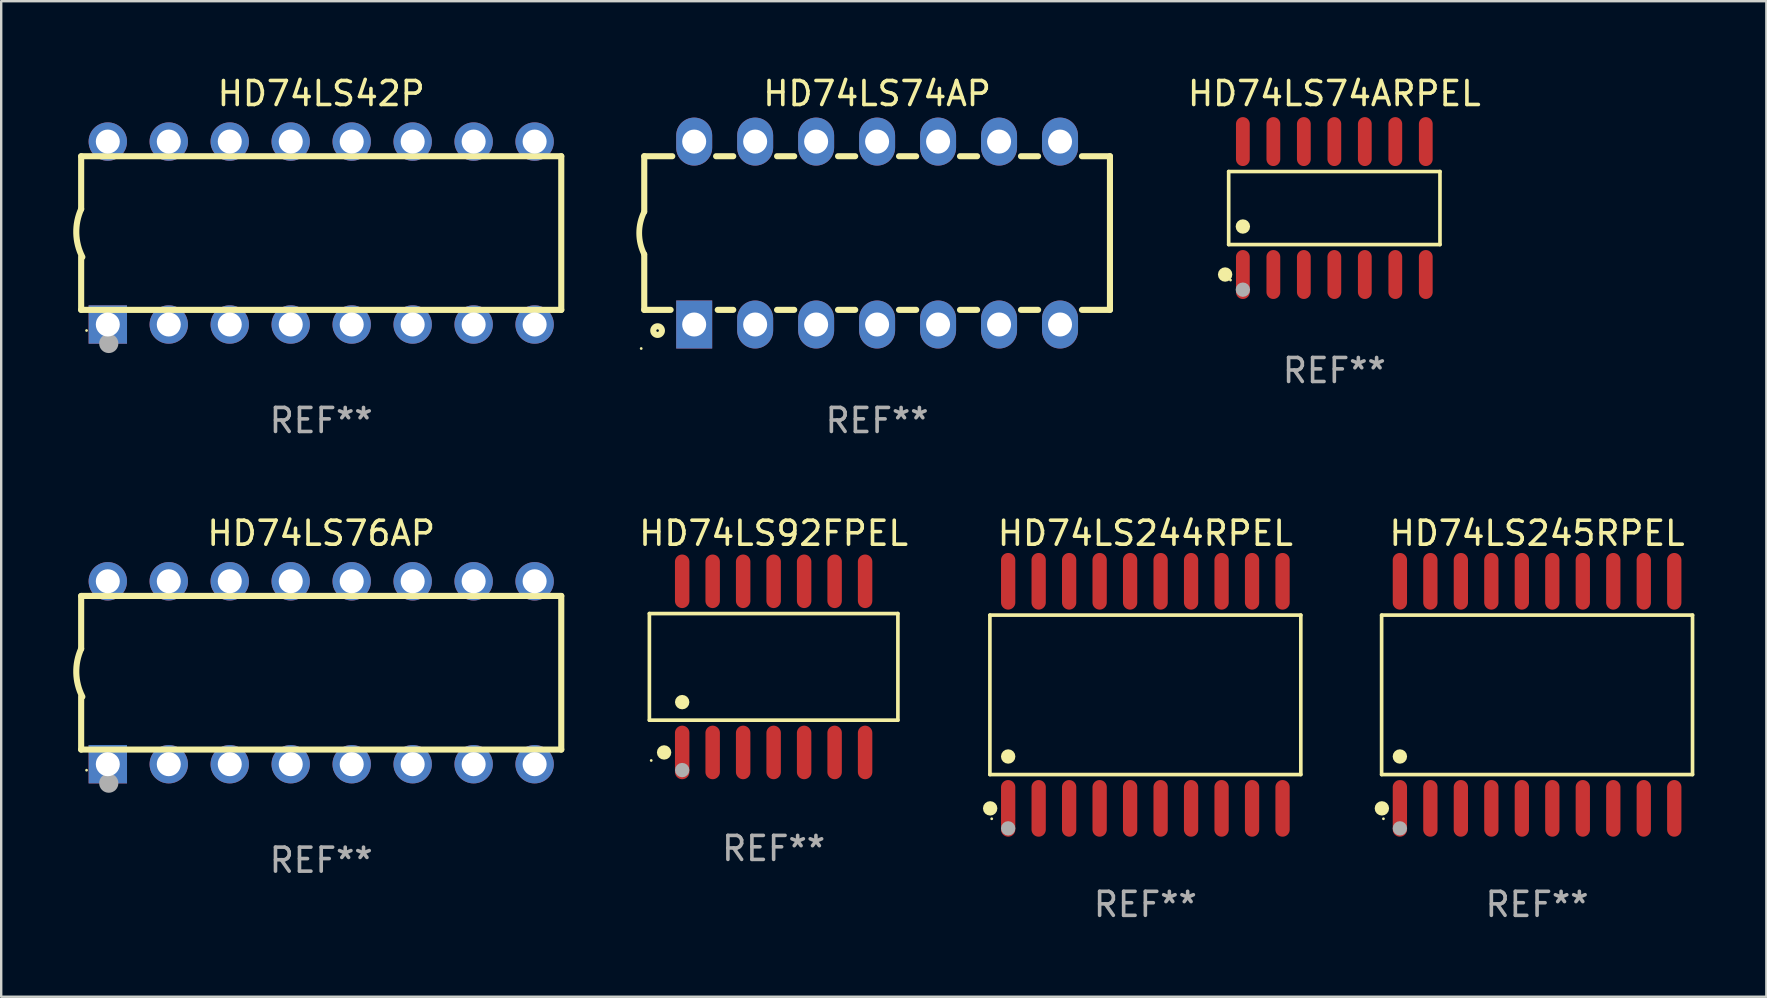
<source format=kicad_pcb>
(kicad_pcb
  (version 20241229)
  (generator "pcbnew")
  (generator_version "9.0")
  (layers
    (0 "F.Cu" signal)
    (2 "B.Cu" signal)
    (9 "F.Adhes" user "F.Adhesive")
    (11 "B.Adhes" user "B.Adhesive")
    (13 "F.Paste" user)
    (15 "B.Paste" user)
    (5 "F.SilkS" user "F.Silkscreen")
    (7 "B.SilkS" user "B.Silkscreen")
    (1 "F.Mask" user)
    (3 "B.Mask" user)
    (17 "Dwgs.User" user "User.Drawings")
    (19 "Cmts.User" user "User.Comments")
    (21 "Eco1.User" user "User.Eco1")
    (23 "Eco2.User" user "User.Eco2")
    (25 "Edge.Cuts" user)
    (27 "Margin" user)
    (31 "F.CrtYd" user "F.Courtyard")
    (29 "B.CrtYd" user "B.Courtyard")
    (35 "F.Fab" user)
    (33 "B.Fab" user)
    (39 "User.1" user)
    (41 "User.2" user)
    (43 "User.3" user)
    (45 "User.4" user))
  (footprint "HD74LS92FPEL"
    (layer "F.Cu")
    (at 29.178 24.73)
    (property "Reference" "HD74LS92FPEL" (at 0 -5.565 0) (layer "F.SilkS") (effects (font (size 1 1) (thickness 0.15))))
    (attr through_hole)
    (fp_line (start -5.176 -2.221) (end 5.176 -2.221) (stroke (width 0.152) (type solid)) (layer "F.SilkS"))
    (fp_line (start -5.176 2.221) (end -5.176 -2.221) (stroke (width 0.152) (type solid)) (layer "F.SilkS"))
    (fp_line (start 5.176 -2.221) (end 5.176 2.221) (stroke (width 0.152) (type solid)) (layer "F.SilkS"))
    (fp_line (start 5.176 2.221) (end -5.176 2.221) (stroke (width 0.152) (type solid)) (layer "F.SilkS"))
    (fp_circle (center -5.1 3.9) (end -5.07 3.9) (stroke (width 0.06) (type solid)) (fill no) (layer "F.SilkS"))
    (fp_circle (center -4.563 3.565) (end -4.413 3.565) (stroke (width 0.3) (type solid)) (fill no) (layer "F.SilkS"))
    (fp_circle (center -3.81 1.469) (end -3.66 1.469) (stroke (width 0.3) (type solid)) (fill no) (layer "F.SilkS"))
    (fp_circle (center -3.81 4.3) (end -3.66 4.3) (stroke (width 0.3) (type solid)) (fill no) (layer "F.Fab"))
    (fp_text user "REF**" (at 0 7.565 0) (layer "F.Fab") (effects (font (size 1 1) (thickness 0.15))))
    (pad "1" smd oval (at -3.81 3.565) (size 0.602 2.231) (layers "F.Cu" "F.Mask" "F.Paste"))
    (pad "2" smd oval (at -2.54 3.565) (size 0.602 2.231) (layers "F.Cu" "F.Mask" "F.Paste"))
    (pad "3" smd oval (at -1.27 3.565) (size 0.602 2.231) (layers "F.Cu" "F.Mask" "F.Paste"))
    (pad "4" smd oval (at 0 3.565) (size 0.602 2.231) (layers "F.Cu" "F.Mask" "F.Paste"))
    (pad "5" smd oval (at 1.27 3.565) (size 0.602 2.231) (layers "F.Cu" "F.Mask" "F.Paste"))
    (pad "6" smd oval (at 2.54 3.565) (size 0.602 2.231) (layers "F.Cu" "F.Mask" "F.Paste"))
    (pad "7" smd oval (at 3.81 3.565) (size 0.602 2.231) (layers "F.Cu" "F.Mask" "F.Paste"))
    (pad "8" smd oval (at 3.81 -3.565) (size 0.602 2.231) (layers "F.Cu" "F.Mask" "F.Paste"))
    (pad "9" smd oval (at 2.54 -3.565) (size 0.602 2.231) (layers "F.Cu" "F.Mask" "F.Paste"))
    (pad "10" smd oval (at 1.27 -3.565) (size 0.602 2.231) (layers "F.Cu" "F.Mask" "F.Paste"))
    (pad "11" smd oval (at 0 -3.565) (size 0.602 2.231) (layers "F.Cu" "F.Mask" "F.Paste"))
    (pad "12" smd oval (at -1.27 -3.565) (size 0.602 2.231) (layers "F.Cu" "F.Mask" "F.Paste"))
    (pad "13" smd oval (at -2.54 -3.565) (size 0.602 2.231) (layers "F.Cu" "F.Mask" "F.Paste"))
    (pad "14" smd oval (at -3.81 -3.565) (size 0.602 2.231) (layers "F.Cu" "F.Mask" "F.Paste")))
  (footprint "HD74LS42P"
    (layer "F.Cu")
    (at 10.331 6.658)
    (property "Reference" "HD74LS42P" (at 0 -5.81 0) (layer "F.SilkS") (effects (font (size 1 1) (thickness 0.15))))
    (attr through_hole)
    (fp_line (start -10 -0.998) (end -10 -3.198) (stroke (width 0.254) (type solid)) (layer "F.SilkS"))
    (fp_line (start -10 3.2) (end -10 1) (stroke (width 0.254) (type solid)) (layer "F.SilkS"))
    (fp_line (start 10 -3.2) (end -10 -3.2) (stroke (width 0.254) (type solid)) (layer "F.SilkS"))
    (fp_line (start 10 3.2) (end -10 3.2) (stroke (width 0.254) (type solid)) (layer "F.SilkS"))
    (fp_line (start 10 3.2) (end 10 -3.2) (stroke (width 0.254) (type solid)) (layer "F.SilkS"))
    (fp_arc (start -9.949975 0.999974) (mid -10.203153 0.005693) (end -9.999987 -1) (stroke (width 0.254001) (type solid)) (layer "F.SilkS"))
    (fp_circle (center -9.775 4.06) (end -9.745 4.06) (stroke (width 0.06) (type solid)) (fill no) (layer "F.SilkS"))
    (fp_circle (center -8.85 4.6) (end -8.65 4.6) (stroke (width 0.4) (type solid)) (fill no) (layer "F.Fab"))
    (fp_text user "REF**" (at 0 7.81 0) (layer "F.Fab") (effects (font (size 1 1) (thickness 0.15))))
    (pad "1" thru_hole rect (at -8.89 3.81 90) (size 1.6 1.6) (drill 1) (layers "*.Cu" "*.Mask"))
    (pad "2" thru_hole circle (at -6.35 3.81) (size 1.6 1.6) (drill 1) (layers "*.Cu" "*.Mask"))
    (pad "3" thru_hole circle (at -3.81 3.81) (size 1.6 1.6) (drill 1) (layers "*.Cu" "*.Mask"))
    (pad "4" thru_hole circle (at -1.27 3.81) (size 1.6 1.6) (drill 1) (layers "*.Cu" "*.Mask"))
    (pad "5" thru_hole circle (at 1.27 3.81) (size 1.6 1.6) (drill 1) (layers "*.Cu" "*.Mask"))
    (pad "6" thru_hole circle (at 3.81 3.81) (size 1.6 1.6) (drill 1) (layers "*.Cu" "*.Mask"))
    (pad "7" thru_hole circle (at 6.35 3.81) (size 1.6 1.6) (drill 1) (layers "*.Cu" "*.Mask"))
    (pad "8" thru_hole circle (at 8.89 3.81) (size 1.6 1.6) (drill 1) (layers "*.Cu" "*.Mask"))
    (pad "9" thru_hole circle (at 8.89 -3.81) (size 1.6 1.6) (drill 1) (layers "*.Cu" "*.Mask"))
    (pad "10" thru_hole circle (at 6.35 -3.81) (size 1.6 1.6) (drill 1) (layers "*.Cu" "*.Mask"))
    (pad "11" thru_hole circle (at 3.81 -3.81) (size 1.6 1.6) (drill 1) (layers "*.Cu" "*.Mask"))
    (pad "12" thru_hole circle (at 1.27 -3.81) (size 1.6 1.6) (drill 1) (layers "*.Cu" "*.Mask"))
    (pad "13" thru_hole circle (at -1.27 -3.81) (size 1.6 1.6) (drill 1) (layers "*.Cu" "*.Mask"))
    (pad "14" thru_hole circle (at -3.81 -3.81) (size 1.6 1.6) (drill 1) (layers "*.Cu" "*.Mask"))
    (pad "15" thru_hole circle (at -6.35 -3.81) (size 1.6 1.6) (drill 1) (layers "*.Cu" "*.Mask"))
    (pad "16" thru_hole circle (at -8.89 -3.81) (size 1.6 1.6) (drill 1) (layers "*.Cu" "*.Mask")))
  (footprint "HD74LS76AP"
    (layer "F.Cu")
    (at 10.331 24.975)
    (property "Reference" "HD74LS76AP" (at 0 -5.81 0) (layer "F.SilkS") (effects (font (size 1 1) (thickness 0.15))))
    (attr through_hole)
    (fp_line (start -10 -0.998) (end -10 -3.198) (stroke (width 0.254) (type solid)) (layer "F.SilkS"))
    (fp_line (start -10 3.2) (end -10 1) (stroke (width 0.254) (type solid)) (layer "F.SilkS"))
    (fp_line (start 10 -3.2) (end -10 -3.2) (stroke (width 0.254) (type solid)) (layer "F.SilkS"))
    (fp_line (start 10 3.2) (end -10 3.2) (stroke (width 0.254) (type solid)) (layer "F.SilkS"))
    (fp_line (start 10 3.2) (end 10 -3.2) (stroke (width 0.254) (type solid)) (layer "F.SilkS"))
    (fp_arc (start -9.949975 0.999974) (mid -10.203153 0.005693) (end -9.999987 -1) (stroke (width 0.254001) (type solid)) (layer "F.SilkS"))
    (fp_circle (center -9.775 4.06) (end -9.745 4.06) (stroke (width 0.06) (type solid)) (fill no) (layer "F.SilkS"))
    (fp_circle (center -8.85 4.6) (end -8.65 4.6) (stroke (width 0.4) (type solid)) (fill no) (layer "F.Fab"))
    (fp_text user "REF**" (at 0 7.81 0) (layer "F.Fab") (effects (font (size 1 1) (thickness 0.15))))
    (pad "1" thru_hole rect (at -8.89 3.81 90) (size 1.6 1.6) (drill 1) (layers "*.Cu" "*.Mask"))
    (pad "2" thru_hole circle (at -6.35 3.81) (size 1.6 1.6) (drill 1) (layers "*.Cu" "*.Mask"))
    (pad "3" thru_hole circle (at -3.81 3.81) (size 1.6 1.6) (drill 1) (layers "*.Cu" "*.Mask"))
    (pad "4" thru_hole circle (at -1.27 3.81) (size 1.6 1.6) (drill 1) (layers "*.Cu" "*.Mask"))
    (pad "5" thru_hole circle (at 1.27 3.81) (size 1.6 1.6) (drill 1) (layers "*.Cu" "*.Mask"))
    (pad "6" thru_hole circle (at 3.81 3.81) (size 1.6 1.6) (drill 1) (layers "*.Cu" "*.Mask"))
    (pad "7" thru_hole circle (at 6.35 3.81) (size 1.6 1.6) (drill 1) (layers "*.Cu" "*.Mask"))
    (pad "8" thru_hole circle (at 8.89 3.81) (size 1.6 1.6) (drill 1) (layers "*.Cu" "*.Mask"))
    (pad "9" thru_hole circle (at 8.89 -3.81) (size 1.6 1.6) (drill 1) (layers "*.Cu" "*.Mask"))
    (pad "10" thru_hole circle (at 6.35 -3.81) (size 1.6 1.6) (drill 1) (layers "*.Cu" "*.Mask"))
    (pad "11" thru_hole circle (at 3.81 -3.81) (size 1.6 1.6) (drill 1) (layers "*.Cu" "*.Mask"))
    (pad "12" thru_hole circle (at 1.27 -3.81) (size 1.6 1.6) (drill 1) (layers "*.Cu" "*.Mask"))
    (pad "13" thru_hole circle (at -1.27 -3.81) (size 1.6 1.6) (drill 1) (layers "*.Cu" "*.Mask"))
    (pad "14" thru_hole circle (at -3.81 -3.81) (size 1.6 1.6) (drill 1) (layers "*.Cu" "*.Mask"))
    (pad "15" thru_hole circle (at -6.35 -3.81) (size 1.6 1.6) (drill 1) (layers "*.Cu" "*.Mask"))
    (pad "16" thru_hole circle (at -8.89 -3.81) (size 1.6 1.6) (drill 1) (layers "*.Cu" "*.Mask")))
  (footprint "HD74LS245RPEL"
    (layer "F.Cu")
    (at 60.981 25.895)
    (property "Reference" "HD74LS245RPEL" (at 0 -6.73 0) (layer "F.SilkS") (effects (font (size 1 1) (thickness 0.15))))
    (attr through_hole)
    (fp_line (start -6.476 -3.321) (end 6.476 -3.321) (stroke (width 0.152) (type solid)) (layer "F.SilkS"))
    (fp_line (start -6.476 3.321) (end -6.476 -3.321) (stroke (width 0.152) (type solid)) (layer "F.SilkS"))
    (fp_line (start 6.476 -3.321) (end 6.476 3.321) (stroke (width 0.152) (type solid)) (layer "F.SilkS"))
    (fp_line (start 6.476 3.321) (end -6.476 3.321) (stroke (width 0.152) (type solid)) (layer "F.SilkS"))
    (fp_circle (center -6.465 4.73) (end -6.315 4.73) (stroke (width 0.3) (type solid)) (fill no) (layer "F.SilkS"))
    (fp_circle (center -6.4 5.163) (end -6.37 5.163) (stroke (width 0.06) (type solid)) (fill no) (layer "F.SilkS"))
    (fp_circle (center -5.715 2.569) (end -5.565 2.569) (stroke (width 0.3) (type solid)) (fill no) (layer "F.SilkS"))
    (fp_circle (center -5.715 5.563) (end -5.565 5.563) (stroke (width 0.3) (type solid)) (fill no) (layer "F.Fab"))
    (fp_text user "REF**" (at 0 8.73 0) (layer "F.Fab") (effects (font (size 1 1) (thickness 0.15))))
    (pad "1" smd oval (at -5.715 4.73) (size 0.595 2.36) (layers "F.Cu" "F.Mask" "F.Paste"))
    (pad "2" smd oval (at -4.445 4.73) (size 0.595 2.36) (layers "F.Cu" "F.Mask" "F.Paste"))
    (pad "3" smd oval (at -3.175 4.73) (size 0.595 2.36) (layers "F.Cu" "F.Mask" "F.Paste"))
    (pad "4" smd oval (at -1.905 4.73) (size 0.595 2.36) (layers "F.Cu" "F.Mask" "F.Paste"))
    (pad "5" smd oval (at -0.635 4.73) (size 0.595 2.36) (layers "F.Cu" "F.Mask" "F.Paste"))
    (pad "6" smd oval (at 0.635 4.73) (size 0.595 2.36) (layers "F.Cu" "F.Mask" "F.Paste"))
    (pad "7" smd oval (at 1.905 4.73) (size 0.595 2.36) (layers "F.Cu" "F.Mask" "F.Paste"))
    (pad "8" smd oval (at 3.175 4.73) (size 0.595 2.36) (layers "F.Cu" "F.Mask" "F.Paste"))
    (pad "9" smd oval (at 4.445 4.73) (size 0.595 2.36) (layers "F.Cu" "F.Mask" "F.Paste"))
    (pad "10" smd oval (at 5.715 4.73) (size 0.595 2.36) (layers "F.Cu" "F.Mask" "F.Paste"))
    (pad "11" smd oval (at 5.715 -4.73) (size 0.595 2.36) (layers "F.Cu" "F.Mask" "F.Paste"))
    (pad "12" smd oval (at 4.445 -4.73) (size 0.595 2.36) (layers "F.Cu" "F.Mask" "F.Paste"))
    (pad "13" smd oval (at 3.175 -4.73) (size 0.595 2.36) (layers "F.Cu" "F.Mask" "F.Paste"))
    (pad "14" smd oval (at 1.905 -4.73) (size 0.595 2.36) (layers "F.Cu" "F.Mask" "F.Paste"))
    (pad "15" smd oval (at 0.635 -4.73) (size 0.595 2.36) (layers "F.Cu" "F.Mask" "F.Paste"))
    (pad "16" smd oval (at -0.635 -4.73) (size 0.595 2.36) (layers "F.Cu" "F.Mask" "F.Paste"))
    (pad "17" smd oval (at -1.905 -4.73) (size 0.595 2.36) (layers "F.Cu" "F.Mask" "F.Paste"))
    (pad "18" smd oval (at -3.175 -4.73) (size 0.595 2.36) (layers "F.Cu" "F.Mask" "F.Paste"))
    (pad "19" smd oval (at -4.445 -4.73) (size 0.595 2.36) (layers "F.Cu" "F.Mask" "F.Paste"))
    (pad "20" smd oval (at -5.715 -4.73) (size 0.595 2.36) (layers "F.Cu" "F.Mask" "F.Paste")))
  (footprint "HD74LS74ARPEL"
    (layer "F.Cu")
    (at 52.535 5.617)
    (property "Reference" "HD74LS74ARPEL" (at 0 -4.769 0) (layer "F.SilkS") (effects (font (size 1 1) (thickness 0.15))))
    (attr through_hole)
    (fp_line (start -4.401 -1.521) (end 4.401 -1.521) (stroke (width 0.152) (type solid)) (layer "F.SilkS"))
    (fp_line (start -4.401 1.521) (end -4.401 -1.521) (stroke (width 0.152) (type solid)) (layer "F.SilkS"))
    (fp_line (start 4.401 -1.521) (end 4.401 1.521) (stroke (width 0.152) (type solid)) (layer "F.SilkS"))
    (fp_line (start 4.401 1.521) (end -4.401 1.521) (stroke (width 0.152) (type solid)) (layer "F.SilkS"))
    (fp_circle (center -4.549 2.769) (end -4.399 2.769) (stroke (width 0.3) (type solid)) (fill no) (layer "F.SilkS"))
    (fp_circle (center -4.325 3) (end -4.295 3) (stroke (width 0.06) (type solid)) (fill no) (layer "F.SilkS"))
    (fp_circle (center -3.81 0.769) (end -3.66 0.769) (stroke (width 0.3) (type solid)) (fill no) (layer "F.SilkS"))
    (fp_circle (center -3.81 3.4) (end -3.66 3.4) (stroke (width 0.3) (type solid)) (fill no) (layer "F.Fab"))
    (fp_text user "REF**" (at 0 6.769 0) (layer "F.Fab") (effects (font (size 1 1) (thickness 0.15))))
    (pad "1" smd oval (at -3.81 2.769) (size 0.574 2.038) (layers "F.Cu" "F.Mask" "F.Paste"))
    (pad "2" smd oval (at -2.54 2.769) (size 0.574 2.038) (layers "F.Cu" "F.Mask" "F.Paste"))
    (pad "3" smd oval (at -1.27 2.769) (size 0.574 2.038) (layers "F.Cu" "F.Mask" "F.Paste"))
    (pad "4" smd oval (at 0 2.769) (size 0.574 2.038) (layers "F.Cu" "F.Mask" "F.Paste"))
    (pad "5" smd oval (at 1.27 2.769) (size 0.574 2.038) (layers "F.Cu" "F.Mask" "F.Paste"))
    (pad "6" smd oval (at 2.54 2.769) (size 0.574 2.038) (layers "F.Cu" "F.Mask" "F.Paste"))
    (pad "7" smd oval (at 3.81 2.769) (size 0.574 2.038) (layers "F.Cu" "F.Mask" "F.Paste"))
    (pad "8" smd oval (at 3.81 -2.769) (size 0.574 2.038) (layers "F.Cu" "F.Mask" "F.Paste"))
    (pad "9" smd oval (at 2.54 -2.769) (size 0.574 2.038) (layers "F.Cu" "F.Mask" "F.Paste"))
    (pad "10" smd oval (at 1.27 -2.769) (size 0.574 2.038) (layers "F.Cu" "F.Mask" "F.Paste"))
    (pad "11" smd oval (at 0 -2.769) (size 0.574 2.038) (layers "F.Cu" "F.Mask" "F.Paste"))
    (pad "12" smd oval (at -1.27 -2.769) (size 0.574 2.038) (layers "F.Cu" "F.Mask" "F.Paste"))
    (pad "13" smd oval (at -2.54 -2.769) (size 0.574 2.038) (layers "F.Cu" "F.Mask" "F.Paste"))
    (pad "14" smd oval (at -3.81 -2.769) (size 0.574 2.038) (layers "F.Cu" "F.Mask" "F.Paste")))
  (footprint "HD74LS74AP"
    (layer "F.Cu")
    (at 33.488 6.658)
    (property "Reference" "HD74LS74AP" (at 0 -5.81 0) (layer "F.SilkS") (effects (font (size 1 1) (thickness 0.15))))
    (attr through_hole)
    (fp_line (start -9.7 -3.2) (end -9.7 -0.889) (stroke (width 0.254) (type solid)) (layer "F.SilkS"))
    (fp_line (start -9.7 -3.2) (end -8.533 -3.2) (stroke (width 0.254) (type solid)) (layer "F.SilkS"))
    (fp_line (start -9.7 3.2) (end -9.7 0.889) (stroke (width 0.254) (type solid)) (layer "F.SilkS"))
    (fp_line (start -9.7 3.2) (end -8.601 3.2) (stroke (width 0.254) (type solid)) (layer "F.SilkS"))
    (fp_line (start -6.707 -3.2) (end -5.993 -3.2) (stroke (width 0.254) (type solid)) (layer "F.SilkS"))
    (fp_line (start -6.639 3.2) (end -5.993 3.2) (stroke (width 0.254) (type solid)) (layer "F.SilkS"))
    (fp_line (start -4.168 3.2) (end -3.453 3.2) (stroke (width 0.254) (type solid)) (layer "F.SilkS"))
    (fp_line (start -4.167 -3.2) (end -3.453 -3.2) (stroke (width 0.254) (type solid)) (layer "F.SilkS"))
    (fp_line (start -1.628 3.2) (end -0.912 3.2) (stroke (width 0.254) (type solid)) (layer "F.SilkS"))
    (fp_line (start -1.627 -3.2) (end -0.913 -3.2) (stroke (width 0.254) (type solid)) (layer "F.SilkS"))
    (fp_line (start 0.912 3.2) (end 1.628 3.2) (stroke (width 0.254) (type solid)) (layer "F.SilkS"))
    (fp_line (start 0.913 -3.2) (end 1.627 -3.2) (stroke (width 0.254) (type solid)) (layer "F.SilkS"))
    (fp_line (start 3.453 3.2) (end 4.168 3.2) (stroke (width 0.254) (type solid)) (layer "F.SilkS"))
    (fp_line (start 3.453 -3.2) (end 4.167 -3.2) (stroke (width 0.254) (type solid)) (layer "F.SilkS"))
    (fp_line (start 5.993 3.2) (end 6.708 3.2) (stroke (width 0.254) (type solid)) (layer "F.SilkS"))
    (fp_line (start 5.993 -3.2) (end 6.707 -3.2) (stroke (width 0.254) (type solid)) (layer "F.SilkS"))
    (fp_line (start 8.533 3.2) (end 9.7 3.2) (stroke (width 0.254) (type solid)) (layer "F.SilkS"))
    (fp_line (start 8.533 -3.2) (end 9.7 -3.2) (stroke (width 0.254) (type solid)) (layer "F.SilkS"))
    (fp_line (start 9.7 3.2) (end 9.7 -3.2) (stroke (width 0.254) (type solid)) (layer "F.SilkS"))
    (fp_arc (start -9.699822 0.889002) (mid -9.909826 0.000048) (end -9.700229 -0.889002) (stroke (width 0.240005) (type solid)) (layer "F.SilkS"))
    (fp_circle (center -9.827 4.81) (end -9.797 4.81) (stroke (width 0.06) (type solid)) (fill no) (layer "F.SilkS"))
    (fp_circle (center -9.144 4.064) (end -8.964 4.064) (stroke (width 0.254) (type solid)) (fill no) (layer "F.SilkS"))
    (fp_text user "REF**" (at 0 7.81 0) (layer "F.Fab") (effects (font (size 1 1) (thickness 0.15))))
    (pad "1" thru_hole rect (at -7.62 3.81 90) (size 2 1.5) (drill 1) (layers "*.Cu" "*.Mask"))
    (pad "2" thru_hole oval (at -5.08 3.81 90) (size 2 1.5) (drill 1) (layers "*.Cu" "*.Mask"))
    (pad "3" thru_hole oval (at -2.54 3.81 90) (size 2 1.5) (drill 1) (layers "*.Cu" "*.Mask"))
    (pad "4" thru_hole oval (at 0 3.81 90) (size 2 1.5) (drill 1) (layers "*.Cu" "*.Mask"))
    (pad "5" thru_hole oval (at 2.54 3.81 90) (size 2 1.5) (drill 1) (layers "*.Cu" "*.Mask"))
    (pad "6" thru_hole oval (at 5.08 3.81 90) (size 2 1.5) (drill 1) (layers "*.Cu" "*.Mask"))
    (pad "7" thru_hole oval (at 7.62 3.81 90) (size 2 1.5) (drill 1) (layers "*.Cu" "*.Mask"))
    (pad "8" thru_hole oval (at 7.62 -3.81 90) (size 2 1.5) (drill 1) (layers "*.Cu" "*.Mask"))
    (pad "9" thru_hole oval (at 5.08 -3.81 90) (size 2 1.5) (drill 1) (layers "*.Cu" "*.Mask"))
    (pad "10" thru_hole oval (at 2.54 -3.81 90) (size 2 1.5) (drill 1) (layers "*.Cu" "*.Mask"))
    (pad "11" thru_hole oval (at 0 -3.81 90) (size 2 1.5) (drill 1) (layers "*.Cu" "*.Mask"))
    (pad "12" thru_hole oval (at -2.54 -3.81 90) (size 2 1.5) (drill 1) (layers "*.Cu" "*.Mask"))
    (pad "13" thru_hole oval (at -5.08 -3.81 90) (size 2 1.5) (drill 1) (layers "*.Cu" "*.Mask"))
    (pad "14" thru_hole oval (at -7.62 -3.81 90) (size 2 1.5) (drill 1) (layers "*.Cu" "*.Mask")))
  (footprint "HD74LS244RPEL"
    (layer "F.Cu")
    (at 44.663 25.895)
    (property "Reference" "HD74LS244RPEL" (at 0 -6.73 0) (layer "F.SilkS") (effects (font (size 1 1) (thickness 0.15))))
    (attr through_hole)
    (fp_line (start -6.476 -3.321) (end 6.476 -3.321) (stroke (width 0.152) (type solid)) (layer "F.SilkS"))
    (fp_line (start -6.476 3.321) (end -6.476 -3.321) (stroke (width 0.152) (type solid)) (layer "F.SilkS"))
    (fp_line (start 6.476 -3.321) (end 6.476 3.321) (stroke (width 0.152) (type solid)) (layer "F.SilkS"))
    (fp_line (start 6.476 3.321) (end -6.476 3.321) (stroke (width 0.152) (type solid)) (layer "F.SilkS"))
    (fp_circle (center -6.465 4.73) (end -6.315 4.73) (stroke (width 0.3) (type solid)) (fill no) (layer "F.SilkS"))
    (fp_circle (center -6.4 5.163) (end -6.37 5.163) (stroke (width 0.06) (type solid)) (fill no) (layer "F.SilkS"))
    (fp_circle (center -5.715 2.569) (end -5.565 2.569) (stroke (width 0.3) (type solid)) (fill no) (layer "F.SilkS"))
    (fp_circle (center -5.715 5.563) (end -5.565 5.563) (stroke (width 0.3) (type solid)) (fill no) (layer "F.Fab"))
    (fp_text user "REF**" (at 0 8.73 0) (layer "F.Fab") (effects (font (size 1 1) (thickness 0.15))))
    (pad "1" smd oval (at -5.715 4.73) (size 0.595 2.36) (layers "F.Cu" "F.Mask" "F.Paste"))
    (pad "2" smd oval (at -4.445 4.73) (size 0.595 2.36) (layers "F.Cu" "F.Mask" "F.Paste"))
    (pad "3" smd oval (at -3.175 4.73) (size 0.595 2.36) (layers "F.Cu" "F.Mask" "F.Paste"))
    (pad "4" smd oval (at -1.905 4.73) (size 0.595 2.36) (layers "F.Cu" "F.Mask" "F.Paste"))
    (pad "5" smd oval (at -0.635 4.73) (size 0.595 2.36) (layers "F.Cu" "F.Mask" "F.Paste"))
    (pad "6" smd oval (at 0.635 4.73) (size 0.595 2.36) (layers "F.Cu" "F.Mask" "F.Paste"))
    (pad "7" smd oval (at 1.905 4.73) (size 0.595 2.36) (layers "F.Cu" "F.Mask" "F.Paste"))
    (pad "8" smd oval (at 3.175 4.73) (size 0.595 2.36) (layers "F.Cu" "F.Mask" "F.Paste"))
    (pad "9" smd oval (at 4.445 4.73) (size 0.595 2.36) (layers "F.Cu" "F.Mask" "F.Paste"))
    (pad "10" smd oval (at 5.715 4.73) (size 0.595 2.36) (layers "F.Cu" "F.Mask" "F.Paste"))
    (pad "11" smd oval (at 5.715 -4.73) (size 0.595 2.36) (layers "F.Cu" "F.Mask" "F.Paste"))
    (pad "12" smd oval (at 4.445 -4.73) (size 0.595 2.36) (layers "F.Cu" "F.Mask" "F.Paste"))
    (pad "13" smd oval (at 3.175 -4.73) (size 0.595 2.36) (layers "F.Cu" "F.Mask" "F.Paste"))
    (pad "14" smd oval (at 1.905 -4.73) (size 0.595 2.36) (layers "F.Cu" "F.Mask" "F.Paste"))
    (pad "15" smd oval (at 0.635 -4.73) (size 0.595 2.36) (layers "F.Cu" "F.Mask" "F.Paste"))
    (pad "16" smd oval (at -0.635 -4.73) (size 0.595 2.36) (layers "F.Cu" "F.Mask" "F.Paste"))
    (pad "17" smd oval (at -1.905 -4.73) (size 0.595 2.36) (layers "F.Cu" "F.Mask" "F.Paste"))
    (pad "18" smd oval (at -3.175 -4.73) (size 0.595 2.36) (layers "F.Cu" "F.Mask" "F.Paste"))
    (pad "19" smd oval (at -4.445 -4.73) (size 0.595 2.36) (layers "F.Cu" "F.Mask" "F.Paste"))
    (pad "20" smd oval (at -5.715 -4.73) (size 0.595 2.36) (layers "F.Cu" "F.Mask" "F.Paste")))
  (gr_rect
    (start -3 -3)
    (end 70.533 38.473)
    (stroke (width 0.1) (type default))
    (fill no)
    (layer "Edge.Cuts")))
</source>
